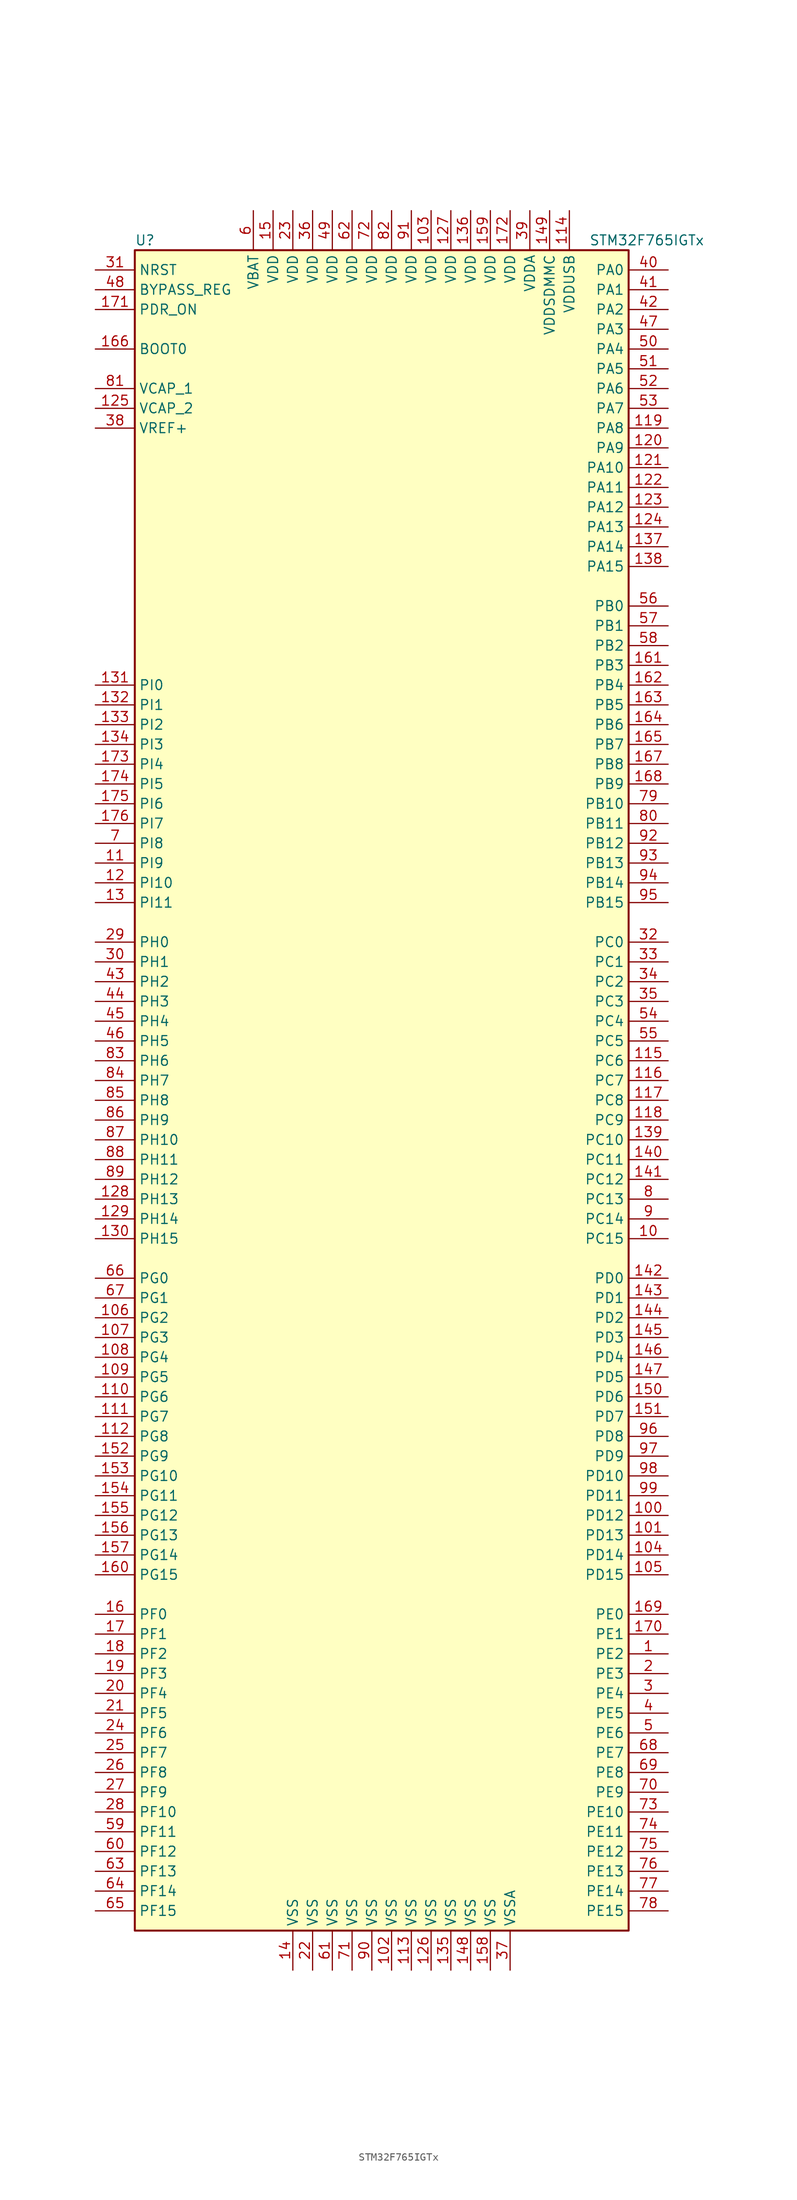
<source format=kicad_sym>
(kicad_symbol_lib
  (version 20220914)
  (generator kicad_symbol_editor)
  (symbol "STM32F765IGTx"
    (property "Reference" "U"
      (at -33.02 107.95 0)
      (effects (font (size 1.27 1.27)) (justify left)))
    (property "Value" "STM32F765IGTx"
      (at 25.4 107.95 0)
      (effects (font (size 1.27 1.27)) (justify left)))
    (symbol "STM32F765IGTx_0_1"
      (rectangle (start -33.02 -109.22) (end 30.48 106.68) (stroke (width 0.254) (type default)) (fill (type background))))
    (symbol "STM32F765IGTx_1_1"
      (pin bidirectional line (at 35.56 -73.66 180) (length 5.08) (name "PE2" (effects (font (size 1.27 1.27)))) (number "1" (effects (font (size 1.27 1.27)))))
      (pin bidirectional line (at 35.56 -20.32 180) (length 5.08) (name "PC15" (effects (font (size 1.27 1.27)))) (number "10" (effects (font (size 1.27 1.27)))))
      (pin bidirectional line (at 35.56 -55.88 180) (length 5.08) (name "PD12" (effects (font (size 1.27 1.27)))) (number "100" (effects (font (size 1.27 1.27)))))
      (pin bidirectional line (at 35.56 -58.42 180) (length 5.08) (name "PD13" (effects (font (size 1.27 1.27)))) (number "101" (effects (font (size 1.27 1.27)))))
      (pin power_in line (at 0 -114.3 90) (length 5.08) (name "VSS" (effects (font (size 1.27 1.27)))) (number "102" (effects (font (size 1.27 1.27)))))
      (pin power_in line (at 5.08 111.76 270) (length 5.08) (name "VDD" (effects (font (size 1.27 1.27)))) (number "103" (effects (font (size 1.27 1.27)))))
      (pin bidirectional line (at 35.56 -60.96 180) (length 5.08) (name "PD14" (effects (font (size 1.27 1.27)))) (number "104" (effects (font (size 1.27 1.27)))))
      (pin bidirectional line (at 35.56 -63.5 180) (length 5.08) (name "PD15" (effects (font (size 1.27 1.27)))) (number "105" (effects (font (size 1.27 1.27)))))
      (pin bidirectional line (at -38.1 -30.48 0) (length 5.08) (name "PG2" (effects (font (size 1.27 1.27)))) (number "106" (effects (font (size 1.27 1.27)))))
      (pin bidirectional line (at -38.1 -33.02 0) (length 5.08) (name "PG3" (effects (font (size 1.27 1.27)))) (number "107" (effects (font (size 1.27 1.27)))))
      (pin bidirectional line (at -38.1 -35.56 0) (length 5.08) (name "PG4" (effects (font (size 1.27 1.27)))) (number "108" (effects (font (size 1.27 1.27)))))
      (pin bidirectional line (at -38.1 -38.1 0) (length 5.08) (name "PG5" (effects (font (size 1.27 1.27)))) (number "109" (effects (font (size 1.27 1.27)))))
      (pin bidirectional line (at -38.1 27.94 0) (length 5.08) (name "PI9" (effects (font (size 1.27 1.27)))) (number "11" (effects (font (size 1.27 1.27)))))
      (pin bidirectional line (at -38.1 -40.64 0) (length 5.08) (name "PG6" (effects (font (size 1.27 1.27)))) (number "110" (effects (font (size 1.27 1.27)))))
      (pin bidirectional line (at -38.1 -43.18 0) (length 5.08) (name "PG7" (effects (font (size 1.27 1.27)))) (number "111" (effects (font (size 1.27 1.27)))))
      (pin bidirectional line (at -38.1 -45.72 0) (length 5.08) (name "PG8" (effects (font (size 1.27 1.27)))) (number "112" (effects (font (size 1.27 1.27)))))
      (pin power_in line (at 2.54 -114.3 90) (length 5.08) (name "VSS" (effects (font (size 1.27 1.27)))) (number "113" (effects (font (size 1.27 1.27)))))
      (pin power_in line (at 22.86 111.76 270) (length 5.08) (name "VDDUSB" (effects (font (size 1.27 1.27)))) (number "114" (effects (font (size 1.27 1.27)))))
      (pin bidirectional line (at 35.56 2.54 180) (length 5.08) (name "PC6" (effects (font (size 1.27 1.27)))) (number "115" (effects (font (size 1.27 1.27)))))
      (pin bidirectional line (at 35.56 0 180) (length 5.08) (name "PC7" (effects (font (size 1.27 1.27)))) (number "116" (effects (font (size 1.27 1.27)))))
      (pin bidirectional line (at 35.56 -2.54 180) (length 5.08) (name "PC8" (effects (font (size 1.27 1.27)))) (number "117" (effects (font (size 1.27 1.27)))))
      (pin bidirectional line (at 35.56 -5.08 180) (length 5.08) (name "PC9" (effects (font (size 1.27 1.27)))) (number "118" (effects (font (size 1.27 1.27)))))
      (pin bidirectional line (at 35.56 83.82 180) (length 5.08) (name "PA8" (effects (font (size 1.27 1.27)))) (number "119" (effects (font (size 1.27 1.27)))))
      (pin bidirectional line (at -38.1 25.4 0) (length 5.08) (name "PI10" (effects (font (size 1.27 1.27)))) (number "12" (effects (font (size 1.27 1.27)))))
      (pin bidirectional line (at 35.56 81.28 180) (length 5.08) (name "PA9" (effects (font (size 1.27 1.27)))) (number "120" (effects (font (size 1.27 1.27)))))
      (pin bidirectional line (at 35.56 78.74 180) (length 5.08) (name "PA10" (effects (font (size 1.27 1.27)))) (number "121" (effects (font (size 1.27 1.27)))))
      (pin bidirectional line (at 35.56 76.2 180) (length 5.08) (name "PA11" (effects (font (size 1.27 1.27)))) (number "122" (effects (font (size 1.27 1.27)))))
      (pin bidirectional line (at 35.56 73.66 180) (length 5.08) (name "PA12" (effects (font (size 1.27 1.27)))) (number "123" (effects (font (size 1.27 1.27)))))
      (pin bidirectional line (at 35.56 71.12 180) (length 5.08) (name "PA13" (effects (font (size 1.27 1.27)))) (number "124" (effects (font (size 1.27 1.27)))))
      (pin power_in line (at -38.1 86.36 0) (length 5.08) (name "VCAP_2" (effects (font (size 1.27 1.27)))) (number "125" (effects (font (size 1.27 1.27)))))
      (pin power_in line (at 5.08 -114.3 90) (length 5.08) (name "VSS" (effects (font (size 1.27 1.27)))) (number "126" (effects (font (size 1.27 1.27)))))
      (pin power_in line (at 7.62 111.76 270) (length 5.08) (name "VDD" (effects (font (size 1.27 1.27)))) (number "127" (effects (font (size 1.27 1.27)))))
      (pin bidirectional line (at -38.1 -15.24 0) (length 5.08) (name "PH13" (effects (font (size 1.27 1.27)))) (number "128" (effects (font (size 1.27 1.27)))))
      (pin bidirectional line (at -38.1 -17.78 0) (length 5.08) (name "PH14" (effects (font (size 1.27 1.27)))) (number "129" (effects (font (size 1.27 1.27)))))
      (pin bidirectional line (at -38.1 22.86 0) (length 5.08) (name "PI11" (effects (font (size 1.27 1.27)))) (number "13" (effects (font (size 1.27 1.27)))))
      (pin bidirectional line (at -38.1 -20.32 0) (length 5.08) (name "PH15" (effects (font (size 1.27 1.27)))) (number "130" (effects (font (size 1.27 1.27)))))
      (pin bidirectional line (at -38.1 50.8 0) (length 5.08) (name "PI0" (effects (font (size 1.27 1.27)))) (number "131" (effects (font (size 1.27 1.27)))))
      (pin bidirectional line (at -38.1 48.26 0) (length 5.08) (name "PI1" (effects (font (size 1.27 1.27)))) (number "132" (effects (font (size 1.27 1.27)))))
      (pin bidirectional line (at -38.1 45.72 0) (length 5.08) (name "PI2" (effects (font (size 1.27 1.27)))) (number "133" (effects (font (size 1.27 1.27)))))
      (pin bidirectional line (at -38.1 43.18 0) (length 5.08) (name "PI3" (effects (font (size 1.27 1.27)))) (number "134" (effects (font (size 1.27 1.27)))))
      (pin power_in line (at 7.62 -114.3 90) (length 5.08) (name "VSS" (effects (font (size 1.27 1.27)))) (number "135" (effects (font (size 1.27 1.27)))))
      (pin power_in line (at 10.16 111.76 270) (length 5.08) (name "VDD" (effects (font (size 1.27 1.27)))) (number "136" (effects (font (size 1.27 1.27)))))
      (pin bidirectional line (at 35.56 68.58 180) (length 5.08) (name "PA14" (effects (font (size 1.27 1.27)))) (number "137" (effects (font (size 1.27 1.27)))))
      (pin bidirectional line (at 35.56 66.04 180) (length 5.08) (name "PA15" (effects (font (size 1.27 1.27)))) (number "138" (effects (font (size 1.27 1.27)))))
      (pin bidirectional line (at 35.56 -7.62 180) (length 5.08) (name "PC10" (effects (font (size 1.27 1.27)))) (number "139" (effects (font (size 1.27 1.27)))))
      (pin power_in line (at -12.7 -114.3 90) (length 5.08) (name "VSS" (effects (font (size 1.27 1.27)))) (number "14" (effects (font (size 1.27 1.27)))))
      (pin bidirectional line (at 35.56 -10.16 180) (length 5.08) (name "PC11" (effects (font (size 1.27 1.27)))) (number "140" (effects (font (size 1.27 1.27)))))
      (pin bidirectional line (at 35.56 -12.7 180) (length 5.08) (name "PC12" (effects (font (size 1.27 1.27)))) (number "141" (effects (font (size 1.27 1.27)))))
      (pin bidirectional line (at 35.56 -25.4 180) (length 5.08) (name "PD0" (effects (font (size 1.27 1.27)))) (number "142" (effects (font (size 1.27 1.27)))))
      (pin bidirectional line (at 35.56 -27.94 180) (length 5.08) (name "PD1" (effects (font (size 1.27 1.27)))) (number "143" (effects (font (size 1.27 1.27)))))
      (pin bidirectional line (at 35.56 -30.48 180) (length 5.08) (name "PD2" (effects (font (size 1.27 1.27)))) (number "144" (effects (font (size 1.27 1.27)))))
      (pin bidirectional line (at 35.56 -33.02 180) (length 5.08) (name "PD3" (effects (font (size 1.27 1.27)))) (number "145" (effects (font (size 1.27 1.27)))))
      (pin bidirectional line (at 35.56 -35.56 180) (length 5.08) (name "PD4" (effects (font (size 1.27 1.27)))) (number "146" (effects (font (size 1.27 1.27)))))
      (pin bidirectional line (at 35.56 -38.1 180) (length 5.08) (name "PD5" (effects (font (size 1.27 1.27)))) (number "147" (effects (font (size 1.27 1.27)))))
      (pin power_in line (at 10.16 -114.3 90) (length 5.08) (name "VSS" (effects (font (size 1.27 1.27)))) (number "148" (effects (font (size 1.27 1.27)))))
      (pin power_in line (at 20.32 111.76 270) (length 5.08) (name "VDDSDMMC" (effects (font (size 1.27 1.27)))) (number "149" (effects (font (size 1.27 1.27)))))
      (pin power_in line (at -15.24 111.76 270) (length 5.08) (name "VDD" (effects (font (size 1.27 1.27)))) (number "15" (effects (font (size 1.27 1.27)))))
      (pin bidirectional line (at 35.56 -40.64 180) (length 5.08) (name "PD6" (effects (font (size 1.27 1.27)))) (number "150" (effects (font (size 1.27 1.27)))))
      (pin bidirectional line (at 35.56 -43.18 180) (length 5.08) (name "PD7" (effects (font (size 1.27 1.27)))) (number "151" (effects (font (size 1.27 1.27)))))
      (pin bidirectional line (at -38.1 -48.26 0) (length 5.08) (name "PG9" (effects (font (size 1.27 1.27)))) (number "152" (effects (font (size 1.27 1.27)))))
      (pin bidirectional line (at -38.1 -50.8 0) (length 5.08) (name "PG10" (effects (font (size 1.27 1.27)))) (number "153" (effects (font (size 1.27 1.27)))))
      (pin bidirectional line (at -38.1 -53.34 0) (length 5.08) (name "PG11" (effects (font (size 1.27 1.27)))) (number "154" (effects (font (size 1.27 1.27)))))
      (pin bidirectional line (at -38.1 -55.88 0) (length 5.08) (name "PG12" (effects (font (size 1.27 1.27)))) (number "155" (effects (font (size 1.27 1.27)))))
      (pin bidirectional line (at -38.1 -58.42 0) (length 5.08) (name "PG13" (effects (font (size 1.27 1.27)))) (number "156" (effects (font (size 1.27 1.27)))))
      (pin bidirectional line (at -38.1 -60.96 0) (length 5.08) (name "PG14" (effects (font (size 1.27 1.27)))) (number "157" (effects (font (size 1.27 1.27)))))
      (pin power_in line (at 12.7 -114.3 90) (length 5.08) (name "VSS" (effects (font (size 1.27 1.27)))) (number "158" (effects (font (size 1.27 1.27)))))
      (pin power_in line (at 12.7 111.76 270) (length 5.08) (name "VDD" (effects (font (size 1.27 1.27)))) (number "159" (effects (font (size 1.27 1.27)))))
      (pin bidirectional line (at -38.1 -68.58 0) (length 5.08) (name "PF0" (effects (font (size 1.27 1.27)))) (number "16" (effects (font (size 1.27 1.27)))))
      (pin bidirectional line (at -38.1 -63.5 0) (length 5.08) (name "PG15" (effects (font (size 1.27 1.27)))) (number "160" (effects (font (size 1.27 1.27)))))
      (pin bidirectional line (at 35.56 53.34 180) (length 5.08) (name "PB3" (effects (font (size 1.27 1.27)))) (number "161" (effects (font (size 1.27 1.27)))))
      (pin bidirectional line (at 35.56 50.8 180) (length 5.08) (name "PB4" (effects (font (size 1.27 1.27)))) (number "162" (effects (font (size 1.27 1.27)))))
      (pin bidirectional line (at 35.56 48.26 180) (length 5.08) (name "PB5" (effects (font (size 1.27 1.27)))) (number "163" (effects (font (size 1.27 1.27)))))
      (pin bidirectional line (at 35.56 45.72 180) (length 5.08) (name "PB6" (effects (font (size 1.27 1.27)))) (number "164" (effects (font (size 1.27 1.27)))))
      (pin bidirectional line (at 35.56 43.18 180) (length 5.08) (name "PB7" (effects (font (size 1.27 1.27)))) (number "165" (effects (font (size 1.27 1.27)))))
      (pin input line (at -38.1 93.98 0) (length 5.08) (name "BOOT0" (effects (font (size 1.27 1.27)))) (number "166" (effects (font (size 1.27 1.27)))))
      (pin bidirectional line (at 35.56 40.64 180) (length 5.08) (name "PB8" (effects (font (size 1.27 1.27)))) (number "167" (effects (font (size 1.27 1.27)))))
      (pin bidirectional line (at 35.56 38.1 180) (length 5.08) (name "PB9" (effects (font (size 1.27 1.27)))) (number "168" (effects (font (size 1.27 1.27)))))
      (pin bidirectional line (at 35.56 -68.58 180) (length 5.08) (name "PE0" (effects (font (size 1.27 1.27)))) (number "169" (effects (font (size 1.27 1.27)))))
      (pin bidirectional line (at -38.1 -71.12 0) (length 5.08) (name "PF1" (effects (font (size 1.27 1.27)))) (number "17" (effects (font (size 1.27 1.27)))))
      (pin bidirectional line (at 35.56 -71.12 180) (length 5.08) (name "PE1" (effects (font (size 1.27 1.27)))) (number "170" (effects (font (size 1.27 1.27)))))
      (pin input line (at -38.1 99.06 0) (length 5.08) (name "PDR_ON" (effects (font (size 1.27 1.27)))) (number "171" (effects (font (size 1.27 1.27)))))
      (pin power_in line (at 15.24 111.76 270) (length 5.08) (name "VDD" (effects (font (size 1.27 1.27)))) (number "172" (effects (font (size 1.27 1.27)))))
      (pin bidirectional line (at -38.1 40.64 0) (length 5.08) (name "PI4" (effects (font (size 1.27 1.27)))) (number "173" (effects (font (size 1.27 1.27)))))
      (pin bidirectional line (at -38.1 38.1 0) (length 5.08) (name "PI5" (effects (font (size 1.27 1.27)))) (number "174" (effects (font (size 1.27 1.27)))))
      (pin bidirectional line (at -38.1 35.56 0) (length 5.08) (name "PI6" (effects (font (size 1.27 1.27)))) (number "175" (effects (font (size 1.27 1.27)))))
      (pin bidirectional line (at -38.1 33.02 0) (length 5.08) (name "PI7" (effects (font (size 1.27 1.27)))) (number "176" (effects (font (size 1.27 1.27)))))
      (pin bidirectional line (at -38.1 -73.66 0) (length 5.08) (name "PF2" (effects (font (size 1.27 1.27)))) (number "18" (effects (font (size 1.27 1.27)))))
      (pin bidirectional line (at -38.1 -76.2 0) (length 5.08) (name "PF3" (effects (font (size 1.27 1.27)))) (number "19" (effects (font (size 1.27 1.27)))))
      (pin bidirectional line (at 35.56 -76.2 180) (length 5.08) (name "PE3" (effects (font (size 1.27 1.27)))) (number "2" (effects (font (size 1.27 1.27)))))
      (pin bidirectional line (at -38.1 -78.74 0) (length 5.08) (name "PF4" (effects (font (size 1.27 1.27)))) (number "20" (effects (font (size 1.27 1.27)))))
      (pin bidirectional line (at -38.1 -81.28 0) (length 5.08) (name "PF5" (effects (font (size 1.27 1.27)))) (number "21" (effects (font (size 1.27 1.27)))))
      (pin power_in line (at -10.16 -114.3 90) (length 5.08) (name "VSS" (effects (font (size 1.27 1.27)))) (number "22" (effects (font (size 1.27 1.27)))))
      (pin power_in line (at -12.7 111.76 270) (length 5.08) (name "VDD" (effects (font (size 1.27 1.27)))) (number "23" (effects (font (size 1.27 1.27)))))
      (pin bidirectional line (at -38.1 -83.82 0) (length 5.08) (name "PF6" (effects (font (size 1.27 1.27)))) (number "24" (effects (font (size 1.27 1.27)))))
      (pin bidirectional line (at -38.1 -86.36 0) (length 5.08) (name "PF7" (effects (font (size 1.27 1.27)))) (number "25" (effects (font (size 1.27 1.27)))))
      (pin bidirectional line (at -38.1 -88.9 0) (length 5.08) (name "PF8" (effects (font (size 1.27 1.27)))) (number "26" (effects (font (size 1.27 1.27)))))
      (pin bidirectional line (at -38.1 -91.44 0) (length 5.08) (name "PF9" (effects (font (size 1.27 1.27)))) (number "27" (effects (font (size 1.27 1.27)))))
      (pin bidirectional line (at -38.1 -93.98 0) (length 5.08) (name "PF10" (effects (font (size 1.27 1.27)))) (number "28" (effects (font (size 1.27 1.27)))))
      (pin input line (at -38.1 17.78 0) (length 5.08) (name "PH0" (effects (font (size 1.27 1.27)))) (number "29" (effects (font (size 1.27 1.27)))))
      (pin bidirectional line (at 35.56 -78.74 180) (length 5.08) (name "PE4" (effects (font (size 1.27 1.27)))) (number "3" (effects (font (size 1.27 1.27)))))
      (pin input line (at -38.1 15.24 0) (length 5.08) (name "PH1" (effects (font (size 1.27 1.27)))) (number "30" (effects (font (size 1.27 1.27)))))
      (pin input line (at -38.1 104.14 0) (length 5.08) (name "NRST" (effects (font (size 1.27 1.27)))) (number "31" (effects (font (size 1.27 1.27)))))
      (pin bidirectional line (at 35.56 17.78 180) (length 5.08) (name "PC0" (effects (font (size 1.27 1.27)))) (number "32" (effects (font (size 1.27 1.27)))))
      (pin bidirectional line (at 35.56 15.24 180) (length 5.08) (name "PC1" (effects (font (size 1.27 1.27)))) (number "33" (effects (font (size 1.27 1.27)))))
      (pin bidirectional line (at 35.56 12.7 180) (length 5.08) (name "PC2" (effects (font (size 1.27 1.27)))) (number "34" (effects (font (size 1.27 1.27)))))
      (pin bidirectional line (at 35.56 10.16 180) (length 5.08) (name "PC3" (effects (font (size 1.27 1.27)))) (number "35" (effects (font (size 1.27 1.27)))))
      (pin power_in line (at -10.16 111.76 270) (length 5.08) (name "VDD" (effects (font (size 1.27 1.27)))) (number "36" (effects (font (size 1.27 1.27)))))
      (pin power_in line (at 15.24 -114.3 90) (length 5.08) (name "VSSA" (effects (font (size 1.27 1.27)))) (number "37" (effects (font (size 1.27 1.27)))))
      (pin power_in line (at -38.1 83.82 0) (length 5.08) (name "VREF+" (effects (font (size 1.27 1.27)))) (number "38" (effects (font (size 1.27 1.27)))))
      (pin power_in line (at 17.78 111.76 270) (length 5.08) (name "VDDA" (effects (font (size 1.27 1.27)))) (number "39" (effects (font (size 1.27 1.27)))))
      (pin bidirectional line (at 35.56 -81.28 180) (length 5.08) (name "PE5" (effects (font (size 1.27 1.27)))) (number "4" (effects (font (size 1.27 1.27)))))
      (pin bidirectional line (at 35.56 104.14 180) (length 5.08) (name "PA0" (effects (font (size 1.27 1.27)))) (number "40" (effects (font (size 1.27 1.27)))))
      (pin bidirectional line (at 35.56 101.6 180) (length 5.08) (name "PA1" (effects (font (size 1.27 1.27)))) (number "41" (effects (font (size 1.27 1.27)))))
      (pin bidirectional line (at 35.56 99.06 180) (length 5.08) (name "PA2" (effects (font (size 1.27 1.27)))) (number "42" (effects (font (size 1.27 1.27)))))
      (pin bidirectional line (at -38.1 12.7 0) (length 5.08) (name "PH2" (effects (font (size 1.27 1.27)))) (number "43" (effects (font (size 1.27 1.27)))))
      (pin bidirectional line (at -38.1 10.16 0) (length 5.08) (name "PH3" (effects (font (size 1.27 1.27)))) (number "44" (effects (font (size 1.27 1.27)))))
      (pin bidirectional line (at -38.1 7.62 0) (length 5.08) (name "PH4" (effects (font (size 1.27 1.27)))) (number "45" (effects (font (size 1.27 1.27)))))
      (pin bidirectional line (at -38.1 5.08 0) (length 5.08) (name "PH5" (effects (font (size 1.27 1.27)))) (number "46" (effects (font (size 1.27 1.27)))))
      (pin bidirectional line (at 35.56 96.52 180) (length 5.08) (name "PA3" (effects (font (size 1.27 1.27)))) (number "47" (effects (font (size 1.27 1.27)))))
      (pin input line (at -38.1 101.6 0) (length 5.08) (name "BYPASS_REG" (effects (font (size 1.27 1.27)))) (number "48" (effects (font (size 1.27 1.27)))))
      (pin power_in line (at -7.62 111.76 270) (length 5.08) (name "VDD" (effects (font (size 1.27 1.27)))) (number "49" (effects (font (size 1.27 1.27)))))
      (pin bidirectional line (at 35.56 -83.82 180) (length 5.08) (name "PE6" (effects (font (size 1.27 1.27)))) (number "5" (effects (font (size 1.27 1.27)))))
      (pin bidirectional line (at 35.56 93.98 180) (length 5.08) (name "PA4" (effects (font (size 1.27 1.27)))) (number "50" (effects (font (size 1.27 1.27)))))
      (pin bidirectional line (at 35.56 91.44 180) (length 5.08) (name "PA5" (effects (font (size 1.27 1.27)))) (number "51" (effects (font (size 1.27 1.27)))))
      (pin bidirectional line (at 35.56 88.9 180) (length 5.08) (name "PA6" (effects (font (size 1.27 1.27)))) (number "52" (effects (font (size 1.27 1.27)))))
      (pin bidirectional line (at 35.56 86.36 180) (length 5.08) (name "PA7" (effects (font (size 1.27 1.27)))) (number "53" (effects (font (size 1.27 1.27)))))
      (pin bidirectional line (at 35.56 7.62 180) (length 5.08) (name "PC4" (effects (font (size 1.27 1.27)))) (number "54" (effects (font (size 1.27 1.27)))))
      (pin bidirectional line (at 35.56 5.08 180) (length 5.08) (name "PC5" (effects (font (size 1.27 1.27)))) (number "55" (effects (font (size 1.27 1.27)))))
      (pin bidirectional line (at 35.56 60.96 180) (length 5.08) (name "PB0" (effects (font (size 1.27 1.27)))) (number "56" (effects (font (size 1.27 1.27)))))
      (pin bidirectional line (at 35.56 58.42 180) (length 5.08) (name "PB1" (effects (font (size 1.27 1.27)))) (number "57" (effects (font (size 1.27 1.27)))))
      (pin bidirectional line (at 35.56 55.88 180) (length 5.08) (name "PB2" (effects (font (size 1.27 1.27)))) (number "58" (effects (font (size 1.27 1.27)))))
      (pin bidirectional line (at -38.1 -96.52 0) (length 5.08) (name "PF11" (effects (font (size 1.27 1.27)))) (number "59" (effects (font (size 1.27 1.27)))))
      (pin power_in line (at -17.78 111.76 270) (length 5.08) (name "VBAT" (effects (font (size 1.27 1.27)))) (number "6" (effects (font (size 1.27 1.27)))))
      (pin bidirectional line (at -38.1 -99.06 0) (length 5.08) (name "PF12" (effects (font (size 1.27 1.27)))) (number "60" (effects (font (size 1.27 1.27)))))
      (pin power_in line (at -7.62 -114.3 90) (length 5.08) (name "VSS" (effects (font (size 1.27 1.27)))) (number "61" (effects (font (size 1.27 1.27)))))
      (pin power_in line (at -5.08 111.76 270) (length 5.08) (name "VDD" (effects (font (size 1.27 1.27)))) (number "62" (effects (font (size 1.27 1.27)))))
      (pin bidirectional line (at -38.1 -101.6 0) (length 5.08) (name "PF13" (effects (font (size 1.27 1.27)))) (number "63" (effects (font (size 1.27 1.27)))))
      (pin bidirectional line (at -38.1 -104.14 0) (length 5.08) (name "PF14" (effects (font (size 1.27 1.27)))) (number "64" (effects (font (size 1.27 1.27)))))
      (pin bidirectional line (at -38.1 -106.68 0) (length 5.08) (name "PF15" (effects (font (size 1.27 1.27)))) (number "65" (effects (font (size 1.27 1.27)))))
      (pin bidirectional line (at -38.1 -25.4 0) (length 5.08) (name "PG0" (effects (font (size 1.27 1.27)))) (number "66" (effects (font (size 1.27 1.27)))))
      (pin bidirectional line (at -38.1 -27.94 0) (length 5.08) (name "PG1" (effects (font (size 1.27 1.27)))) (number "67" (effects (font (size 1.27 1.27)))))
      (pin bidirectional line (at 35.56 -86.36 180) (length 5.08) (name "PE7" (effects (font (size 1.27 1.27)))) (number "68" (effects (font (size 1.27 1.27)))))
      (pin bidirectional line (at 35.56 -88.9 180) (length 5.08) (name "PE8" (effects (font (size 1.27 1.27)))) (number "69" (effects (font (size 1.27 1.27)))))
      (pin bidirectional line (at -38.1 30.48 0) (length 5.08) (name "PI8" (effects (font (size 1.27 1.27)))) (number "7" (effects (font (size 1.27 1.27)))))
      (pin bidirectional line (at 35.56 -91.44 180) (length 5.08) (name "PE9" (effects (font (size 1.27 1.27)))) (number "70" (effects (font (size 1.27 1.27)))))
      (pin power_in line (at -5.08 -114.3 90) (length 5.08) (name "VSS" (effects (font (size 1.27 1.27)))) (number "71" (effects (font (size 1.27 1.27)))))
      (pin power_in line (at -2.54 111.76 270) (length 5.08) (name "VDD" (effects (font (size 1.27 1.27)))) (number "72" (effects (font (size 1.27 1.27)))))
      (pin bidirectional line (at 35.56 -93.98 180) (length 5.08) (name "PE10" (effects (font (size 1.27 1.27)))) (number "73" (effects (font (size 1.27 1.27)))))
      (pin bidirectional line (at 35.56 -96.52 180) (length 5.08) (name "PE11" (effects (font (size 1.27 1.27)))) (number "74" (effects (font (size 1.27 1.27)))))
      (pin bidirectional line (at 35.56 -99.06 180) (length 5.08) (name "PE12" (effects (font (size 1.27 1.27)))) (number "75" (effects (font (size 1.27 1.27)))))
      (pin bidirectional line (at 35.56 -101.6 180) (length 5.08) (name "PE13" (effects (font (size 1.27 1.27)))) (number "76" (effects (font (size 1.27 1.27)))))
      (pin bidirectional line (at 35.56 -104.14 180) (length 5.08) (name "PE14" (effects (font (size 1.27 1.27)))) (number "77" (effects (font (size 1.27 1.27)))))
      (pin bidirectional line (at 35.56 -106.68 180) (length 5.08) (name "PE15" (effects (font (size 1.27 1.27)))) (number "78" (effects (font (size 1.27 1.27)))))
      (pin bidirectional line (at 35.56 35.56 180) (length 5.08) (name "PB10" (effects (font (size 1.27 1.27)))) (number "79" (effects (font (size 1.27 1.27)))))
      (pin bidirectional line (at 35.56 -15.24 180) (length 5.08) (name "PC13" (effects (font (size 1.27 1.27)))) (number "8" (effects (font (size 1.27 1.27)))))
      (pin bidirectional line (at 35.56 33.02 180) (length 5.08) (name "PB11" (effects (font (size 1.27 1.27)))) (number "80" (effects (font (size 1.27 1.27)))))
      (pin power_in line (at -38.1 88.9 0) (length 5.08) (name "VCAP_1" (effects (font (size 1.27 1.27)))) (number "81" (effects (font (size 1.27 1.27)))))
      (pin power_in line (at 0 111.76 270) (length 5.08) (name "VDD" (effects (font (size 1.27 1.27)))) (number "82" (effects (font (size 1.27 1.27)))))
      (pin bidirectional line (at -38.1 2.54 0) (length 5.08) (name "PH6" (effects (font (size 1.27 1.27)))) (number "83" (effects (font (size 1.27 1.27)))))
      (pin bidirectional line (at -38.1 0 0) (length 5.08) (name "PH7" (effects (font (size 1.27 1.27)))) (number "84" (effects (font (size 1.27 1.27)))))
      (pin bidirectional line (at -38.1 -2.54 0) (length 5.08) (name "PH8" (effects (font (size 1.27 1.27)))) (number "85" (effects (font (size 1.27 1.27)))))
      (pin bidirectional line (at -38.1 -5.08 0) (length 5.08) (name "PH9" (effects (font (size 1.27 1.27)))) (number "86" (effects (font (size 1.27 1.27)))))
      (pin bidirectional line (at -38.1 -7.62 0) (length 5.08) (name "PH10" (effects (font (size 1.27 1.27)))) (number "87" (effects (font (size 1.27 1.27)))))
      (pin bidirectional line (at -38.1 -10.16 0) (length 5.08) (name "PH11" (effects (font (size 1.27 1.27)))) (number "88" (effects (font (size 1.27 1.27)))))
      (pin bidirectional line (at -38.1 -12.7 0) (length 5.08) (name "PH12" (effects (font (size 1.27 1.27)))) (number "89" (effects (font (size 1.27 1.27)))))
      (pin bidirectional line (at 35.56 -17.78 180) (length 5.08) (name "PC14" (effects (font (size 1.27 1.27)))) (number "9" (effects (font (size 1.27 1.27)))))
      (pin power_in line (at -2.54 -114.3 90) (length 5.08) (name "VSS" (effects (font (size 1.27 1.27)))) (number "90" (effects (font (size 1.27 1.27)))))
      (pin power_in line (at 2.54 111.76 270) (length 5.08) (name "VDD" (effects (font (size 1.27 1.27)))) (number "91" (effects (font (size 1.27 1.27)))))
      (pin bidirectional line (at 35.56 30.48 180) (length 5.08) (name "PB12" (effects (font (size 1.27 1.27)))) (number "92" (effects (font (size 1.27 1.27)))))
      (pin bidirectional line (at 35.56 27.94 180) (length 5.08) (name "PB13" (effects (font (size 1.27 1.27)))) (number "93" (effects (font (size 1.27 1.27)))))
      (pin bidirectional line (at 35.56 25.4 180) (length 5.08) (name "PB14" (effects (font (size 1.27 1.27)))) (number "94" (effects (font (size 1.27 1.27)))))
      (pin bidirectional line (at 35.56 22.86 180) (length 5.08) (name "PB15" (effects (font (size 1.27 1.27)))) (number "95" (effects (font (size 1.27 1.27)))))
      (pin bidirectional line (at 35.56 -45.72 180) (length 5.08) (name "PD8" (effects (font (size 1.27 1.27)))) (number "96" (effects (font (size 1.27 1.27)))))
      (pin bidirectional line (at 35.56 -48.26 180) (length 5.08) (name "PD9" (effects (font (size 1.27 1.27)))) (number "97" (effects (font (size 1.27 1.27)))))
      (pin bidirectional line (at 35.56 -50.8 180) (length 5.08) (name "PD10" (effects (font (size 1.27 1.27)))) (number "98" (effects (font (size 1.27 1.27)))))
      (pin bidirectional line (at 35.56 -53.34 180) (length 5.08) (name "PD11" (effects (font (size 1.27 1.27)))) (number "99" (effects (font (size 1.27 1.27))))))))
</source>
